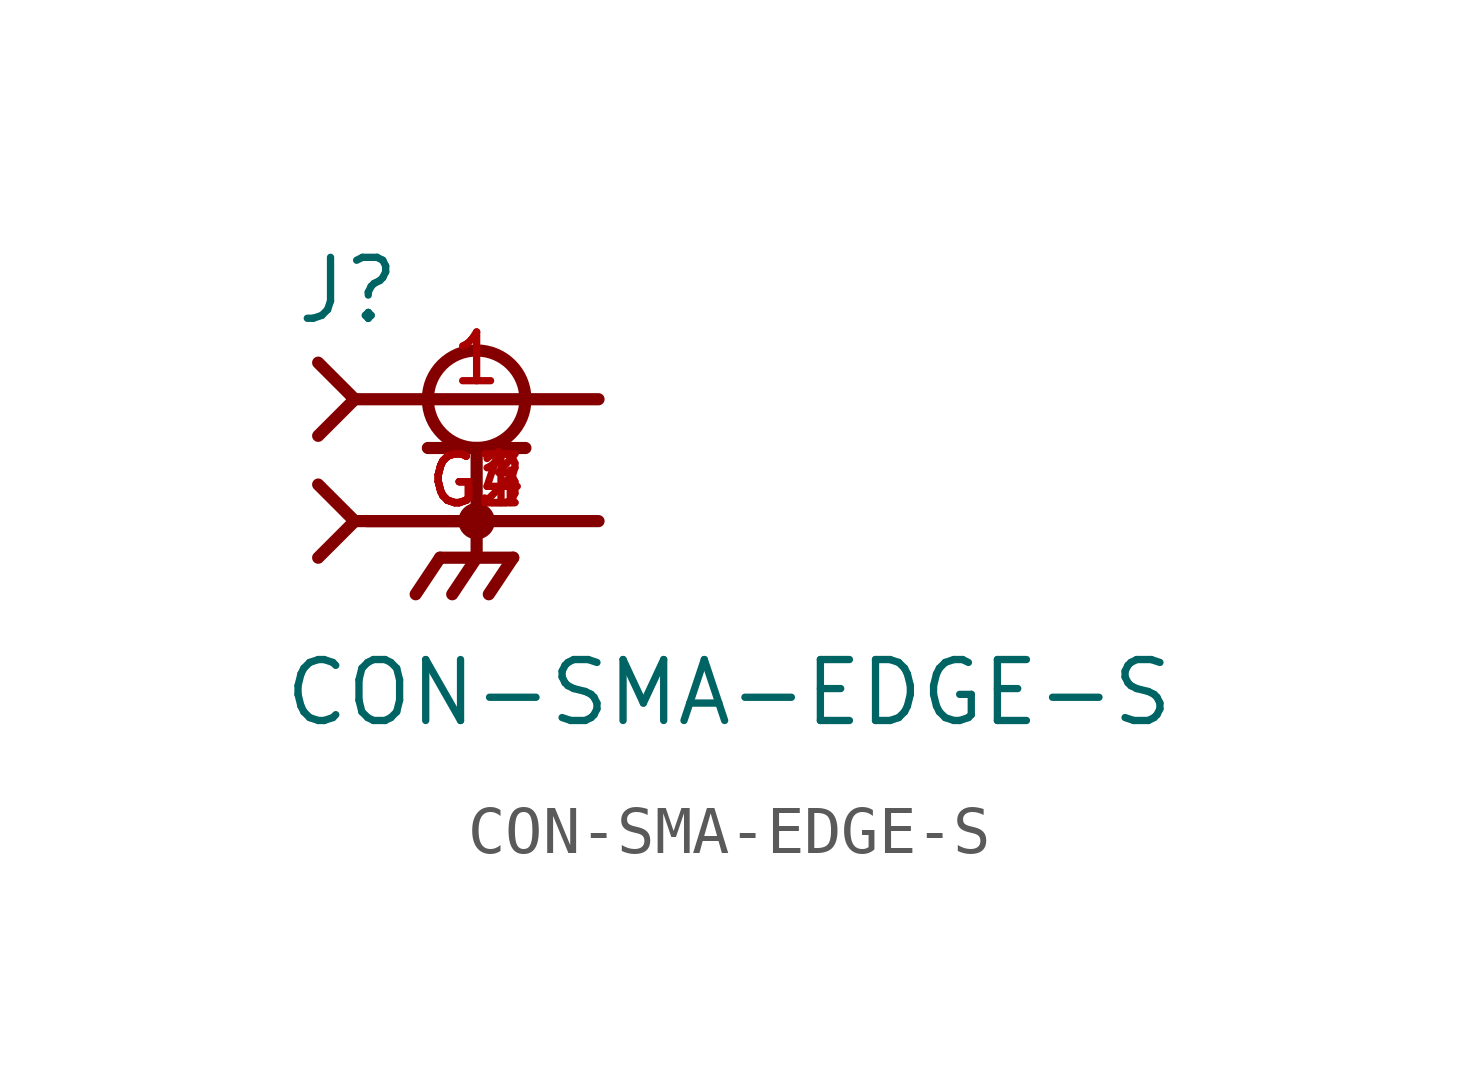
<source format=kicad_sym>
(kicad_symbol_lib
  (version 20211014)
  (generator kicad_symbol_editor)
  (symbol "CON-SMA-EDGE-S"
    (pin_names
      (offset 1.016))
    (property "Reference" "J"
      (at -3.81 4.064 0)
      (effects (font (size 1.27 1.27)) (justify bottom left)))
    (property "Value" "CON-SMA-EDGE-S"
      (at -4.064 -4.318 0)
      (effects (font (size 1.27 1.27)) (justify bottom left)))
    (symbol "CON-SMA-EDGE-S_0_0"
      (circle (center 0.0 2.54) (radius 1.016) (stroke (width 0.254)) (fill (type none)))
      (polyline (pts (xy -1.016 1.524) (xy 0.0 1.524)) (stroke (width 0.254)))
      (polyline (pts (xy 0.0 1.524) (xy 1.016 1.524)) (stroke (width 0.254)))
      (polyline (pts (xy 0.0 0.0) (xy -2.286 0.0)) (stroke (width 0.254)))
      (polyline (pts (xy -3.302 3.302) (xy -2.54 2.54)) (stroke (width 0.254)))
      (polyline (pts (xy -3.302 1.778) (xy -2.54 2.54)) (stroke (width 0.254)))
      (polyline (pts (xy 0.0 1.524) (xy 0.0 0.0)) (stroke (width 0.254)))
      (circle (center 0.0 0.0) (radius 0.254) (stroke (width 0.254)) (fill (type none)))
      (polyline (pts (xy -2.54 2.54) (xy 2.54 2.54)) (stroke (width 0.254)))
      (polyline (pts (xy 2.54 0.0) (xy 0.0 0.0)) (stroke (width 0.254)))
      (polyline (pts (xy 0.0 0.0) (xy 0.0 -0.762)) (stroke (width 0.254)))
      (polyline (pts (xy 0.762 -0.762) (xy -0.762 -0.762)) (stroke (width 0.254)))
      (polyline (pts (xy -0.762 -0.762) (xy -1.27 -1.524)) (stroke (width 0.254)))
      (polyline (pts (xy 0.0 -0.762) (xy -0.508 -1.524)) (stroke (width 0.254)))
      (polyline (pts (xy 0.762 -0.762) (xy 0.254 -1.524)) (stroke (width 0.254)))
      (polyline (pts (xy -3.302 0.762) (xy -2.54 0.0)) (stroke (width 0.254)))
      (polyline (pts (xy -3.302 -0.762) (xy -2.54 0.0)) (stroke (width 0.254)))
      (polyline (pts (xy -2.54 0.0) (xy 0.0 0.0)) (stroke (width 0.254)))
      (pin passive line (at 2.54 2.54 180.0) (length 5.08) (name "~" (effects (font (size 1.016 1.016)))) (number "1" (effects (font (size 1.016 1.016)))))
      (pin passive line (at 2.54 0.0 180.0) (length 5.08) (name "~" (effects (font (size 1.016 1.016)))) (number "G1" (effects (font (size 1.016 1.016)))))
      (pin passive line (at 2.54 0.0 180.0) (length 5.08) (name "~" (effects (font (size 1.016 1.016)))) (number "G2" (effects (font (size 1.016 1.016)))))
      (pin passive line (at 2.54 0.0 180.0) (length 5.08) (name "~" (effects (font (size 1.016 1.016)))) (number "G3" (effects (font (size 1.016 1.016)))))
      (pin passive line (at 2.54 0.0 180.0) (length 5.08) (name "~" (effects (font (size 1.016 1.016)))) (number "G4" (effects (font (size 1.016 1.016))))))))
</source>
